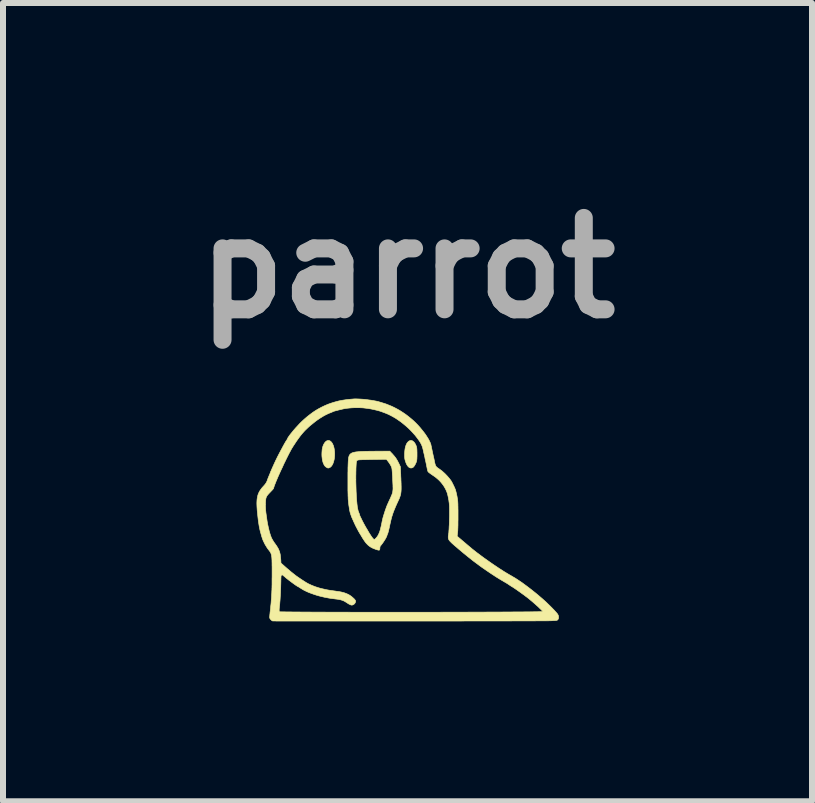
<source format=kicad_pcb>
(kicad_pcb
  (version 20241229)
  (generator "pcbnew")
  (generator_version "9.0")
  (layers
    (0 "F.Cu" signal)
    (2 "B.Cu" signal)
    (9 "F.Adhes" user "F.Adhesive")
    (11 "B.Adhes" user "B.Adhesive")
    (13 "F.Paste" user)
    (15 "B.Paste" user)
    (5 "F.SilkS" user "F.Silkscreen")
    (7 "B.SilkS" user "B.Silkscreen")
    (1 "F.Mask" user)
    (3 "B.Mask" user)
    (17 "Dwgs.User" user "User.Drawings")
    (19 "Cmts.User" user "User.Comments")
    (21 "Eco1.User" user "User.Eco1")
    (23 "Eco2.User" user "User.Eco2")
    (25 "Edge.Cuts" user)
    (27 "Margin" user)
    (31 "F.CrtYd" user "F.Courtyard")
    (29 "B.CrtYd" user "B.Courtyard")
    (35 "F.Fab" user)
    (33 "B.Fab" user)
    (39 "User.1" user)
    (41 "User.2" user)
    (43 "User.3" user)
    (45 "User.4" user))
  (footprint "parrot"
    (layer "F.Cu")
    (at 3.745 5.482)
    (property "Reference" "parrot" (at 0 -4.064 0) (layer "F.Fab") (effects (font (size 1.524 1.524) (thickness 0.3))))
    (attr through_hole)
    (fp_poly (pts (xy -1.312 -1.188) (xy -1.3 -1.184) (xy -1.29 -1.179) (xy -1.279 -1.171) (xy -1.269 -1.161) (xy -1.26 -1.149) (xy -1.251 -1.135) (xy -1.244 -1.119) (xy -1.236 -1.101) (xy -1.23 -1.081) (xy -1.225 -1.06) (xy -1.221 -1.038) (xy -1.22 -1.031) (xy -1.216 -0.997) (xy -1.215 -0.963) (xy -1.216 -0.93) (xy -1.219 -0.897) (xy -1.224 -0.866) (xy -1.232 -0.836) (xy -1.237 -0.82) (xy -1.244 -0.801) (xy -1.252 -0.785) (xy -1.261 -0.77) (xy -1.27 -0.758) (xy -1.28 -0.748) (xy -1.29 -0.74) (xy -1.291 -0.74) (xy -1.302 -0.734) (xy -1.311 -0.73) (xy -1.318 -0.729) (xy -1.325 -0.728) (xy -1.328 -0.729) (xy -1.333 -0.73) (xy -1.34 -0.733) (xy -1.347 -0.737) (xy -1.354 -0.742) (xy -1.361 -0.746) (xy -1.367 -0.75) (xy -1.368 -0.751) (xy -1.378 -0.762) (xy -1.388 -0.775) (xy -1.396 -0.791) (xy -1.404 -0.809) (xy -1.411 -0.828) (xy -1.416 -0.85) (xy -1.421 -0.873) (xy -1.424 -0.897) (xy -1.427 -0.923) (xy -1.428 -0.95) (xy -1.428 -0.961) (xy -1.427 -0.99) (xy -1.425 -1.017) (xy -1.423 -1.041) (xy -1.418 -1.064) (xy -1.413 -1.085) (xy -1.406 -1.104) (xy -1.398 -1.122) (xy -1.389 -1.138) (xy -1.378 -1.154) (xy -1.377 -1.156) (xy -1.366 -1.167) (xy -1.356 -1.176) (xy -1.345 -1.182) (xy -1.334 -1.186) (xy -1.323 -1.188) (xy -1.312 -1.188)) (stroke (width 0.01) (type solid)) (fill yes) (layer "F.SilkS"))
    (fp_poly (pts (xy 0.066 -1.187) (xy 0.077 -1.184) (xy 0.088 -1.178) (xy 0.099 -1.169) (xy 0.11 -1.159) (xy 0.12 -1.146) (xy 0.129 -1.131) (xy 0.137 -1.116) (xy 0.141 -1.107) (xy 0.144 -1.099) (xy 0.147 -1.09) (xy 0.15 -1.081) (xy 0.152 -1.072) (xy 0.154 -1.062) (xy 0.155 -1.051) (xy 0.156 -1.038) (xy 0.157 -1.024) (xy 0.157 -1.009) (xy 0.158 -0.991) (xy 0.158 -0.971) (xy 0.158 -0.963) (xy 0.158 -0.942) (xy 0.158 -0.924) (xy 0.157 -0.908) (xy 0.157 -0.894) (xy 0.156 -0.881) (xy 0.155 -0.87) (xy 0.154 -0.859) (xy 0.152 -0.85) (xy 0.15 -0.842) (xy 0.148 -0.833) (xy 0.145 -0.825) (xy 0.142 -0.817) (xy 0.138 -0.809) (xy 0.131 -0.794) (xy 0.123 -0.779) (xy 0.116 -0.767) (xy 0.108 -0.756) (xy 0.1 -0.747) (xy 0.093 -0.74) (xy 0.087 -0.736) (xy 0.075 -0.731) (xy 0.063 -0.729) (xy 0.051 -0.729) (xy 0.047 -0.73) (xy 0.036 -0.734) (xy 0.025 -0.74) (xy 0.015 -0.748) (xy 0.005 -0.759) (xy -0.005 -0.773) (xy -0.014 -0.788) (xy -0.022 -0.805) (xy -0.027 -0.818) (xy -0.031 -0.83) (xy -0.035 -0.842) (xy -0.039 -0.854) (xy -0.042 -0.866) (xy -0.045 -0.877) (xy -0.046 -0.885) (xy -0.047 -0.895) (xy -0.048 -0.906) (xy -0.049 -0.919) (xy -0.049 -0.933) (xy -0.049 -0.947) (xy -0.049 -0.961) (xy -0.049 -0.975) (xy -0.048 -0.984) (xy -0.046 -1.012) (xy -0.043 -1.038) (xy -0.039 -1.062) (xy -0.034 -1.083) (xy -0.028 -1.102) (xy -0.021 -1.12) (xy -0.014 -1.135) (xy -0.005 -1.149) (xy 0.005 -1.161) (xy 0.01 -1.166) (xy 0.021 -1.176) (xy 0.032 -1.182) (xy 0.043 -1.186) (xy 0.054 -1.188) (xy 0.066 -1.187)) (stroke (width 0.01) (type solid)) (fill yes) (layer "F.SilkS"))
    (fp_poly (pts (xy -0.286 -0.999) (xy -0.27 -0.982) (xy -0.255 -0.967) (xy -0.242 -0.952) (xy -0.231 -0.939) (xy -0.22 -0.927) (xy -0.211 -0.915) (xy -0.202 -0.904) (xy -0.194 -0.893) (xy -0.187 -0.881) (xy -0.179 -0.869) (xy -0.177 -0.865) (xy -0.173 -0.859) (xy -0.169 -0.851) (xy -0.164 -0.842) (xy -0.159 -0.833) (xy -0.154 -0.822) (xy -0.148 -0.811) (xy -0.143 -0.801) (xy -0.138 -0.79) (xy -0.133 -0.78) (xy -0.129 -0.771) (xy -0.125 -0.763) (xy -0.122 -0.757) (xy -0.12 -0.752) (xy -0.119 -0.749) (xy -0.119 -0.749) (xy -0.119 -0.746) (xy -0.119 -0.741) (xy -0.118 -0.733) (xy -0.118 -0.724) (xy -0.117 -0.712) (xy -0.117 -0.699) (xy -0.116 -0.684) (xy -0.116 -0.669) (xy -0.115 -0.652) (xy -0.114 -0.635) (xy -0.113 -0.617) (xy -0.113 -0.599) (xy -0.112 -0.581) (xy -0.111 -0.563) (xy -0.11 -0.546) (xy -0.11 -0.528) (xy -0.109 -0.512) (xy -0.108 -0.497) (xy -0.108 -0.483) (xy -0.107 -0.471) (xy -0.107 -0.46) (xy -0.107 -0.451) (xy -0.107 -0.447) (xy -0.106 -0.422) (xy -0.106 -0.398) (xy -0.106 -0.377) (xy -0.107 -0.357) (xy -0.108 -0.339) (xy -0.11 -0.322) (xy -0.112 -0.306) (xy -0.115 -0.29) (xy -0.119 -0.275) (xy -0.123 -0.26) (xy -0.129 -0.244) (xy -0.135 -0.228) (xy -0.142 -0.21) (xy -0.151 -0.192) (xy -0.152 -0.189) (xy -0.162 -0.167) (xy -0.171 -0.148) (xy -0.179 -0.13) (xy -0.186 -0.115) (xy -0.192 -0.101) (xy -0.198 -0.088) (xy -0.203 -0.076) (xy -0.207 -0.066) (xy -0.211 -0.056) (xy -0.215 -0.046) (xy -0.219 -0.037) (xy -0.223 -0.028) (xy -0.226 -0.019) (xy -0.23 -0.01) (xy -0.232 -0.005) (xy -0.24 0.017) (xy -0.247 0.037) (xy -0.253 0.057) (xy -0.26 0.077) (xy -0.266 0.097) (xy -0.271 0.118) (xy -0.277 0.141) (xy -0.282 0.164) (xy -0.288 0.19) (xy -0.293 0.212) (xy -0.298 0.237) (xy -0.303 0.261) (xy -0.308 0.281) (xy -0.312 0.3) (xy -0.316 0.316) (xy -0.32 0.33) (xy -0.323 0.342) (xy -0.326 0.353) (xy -0.329 0.362) (xy -0.332 0.369) (xy -0.334 0.373) (xy -0.337 0.38) (xy -0.34 0.388) (xy -0.342 0.395) (xy -0.343 0.398) (xy -0.346 0.407) (xy -0.351 0.419) (xy -0.357 0.431) (xy -0.365 0.446) (xy -0.373 0.46) (xy -0.384 0.477) (xy -0.394 0.493) (xy -0.404 0.508) (xy -0.414 0.522) (xy -0.423 0.535) (xy -0.432 0.546) (xy -0.439 0.556) (xy -0.443 0.56) (xy -0.448 0.566) (xy -0.452 0.571) (xy -0.455 0.576) (xy -0.458 0.581) (xy -0.459 0.587) (xy -0.46 0.594) (xy -0.461 0.603) (xy -0.461 0.609) (xy -0.462 0.618) (xy -0.463 0.626) (xy -0.464 0.631) (xy -0.466 0.635) (xy -0.468 0.638) (xy -0.47 0.64) (xy -0.47 0.64) (xy -0.474 0.641) (xy -0.479 0.641) (xy -0.485 0.641) (xy -0.493 0.639) (xy -0.497 0.638) (xy -0.511 0.634) (xy -0.528 0.629) (xy -0.545 0.622) (xy -0.562 0.616) (xy -0.578 0.609) (xy -0.592 0.602) (xy -0.593 0.602) (xy -0.609 0.593) (xy -0.624 0.584) (xy -0.639 0.573) (xy -0.653 0.562) (xy -0.667 0.549) (xy -0.68 0.535) (xy -0.694 0.52) (xy -0.707 0.503) (xy -0.721 0.483) (xy -0.735 0.462) (xy -0.75 0.439) (xy -0.76 0.422) (xy -0.766 0.412) (xy -0.772 0.402) (xy -0.779 0.39) (xy -0.786 0.379) (xy -0.793 0.368) (xy -0.795 0.364) (xy -0.813 0.334) (xy -0.83 0.302) (xy -0.848 0.268) (xy -0.867 0.232) (xy -0.885 0.193) (xy -0.904 0.152) (xy -0.908 0.142) (xy -0.918 0.12) (xy -0.927 0.1) (xy -0.935 0.081) (xy -0.941 0.063) (xy -0.947 0.046) (xy -0.952 0.03) (xy -0.957 0.014) (xy -0.961 -0.003) (xy -0.965 -0.02) (xy -0.968 -0.038) (xy -0.971 -0.057) (xy -0.974 -0.079) (xy -0.975 -0.084) (xy -0.978 -0.102) (xy -0.98 -0.119) (xy -0.982 -0.134) (xy -0.984 -0.149) (xy -0.985 -0.163) (xy -0.986 -0.176) (xy -0.988 -0.19) (xy -0.989 -0.204) (xy -0.99 -0.219) (xy -0.99 -0.235) (xy -0.991 -0.252) (xy -0.992 -0.27) (xy -0.992 -0.291) (xy -0.993 -0.313) (xy -0.993 -0.333) (xy -0.994 -0.344) (xy -0.994 -0.357) (xy -0.994 -0.373) (xy -0.994 -0.39) (xy -0.994 -0.409) (xy -0.994 -0.429) (xy -0.994 -0.45) (xy -0.994 -0.472) (xy -0.994 -0.495) (xy -0.994 -0.518) (xy -0.994 -0.541) (xy -0.994 -0.565) (xy -0.994 -0.569) (xy -0.862 -0.569) (xy -0.862 -0.537) (xy -0.862 -0.505) (xy -0.861 -0.471) (xy -0.86 -0.437) (xy -0.859 -0.404) (xy -0.858 -0.37) (xy -0.857 -0.336) (xy -0.855 -0.303) (xy -0.854 -0.271) (xy -0.852 -0.24) (xy -0.85 -0.21) (xy -0.848 -0.182) (xy -0.845 -0.155) (xy -0.843 -0.13) (xy -0.84 -0.107) (xy -0.838 -0.087) (xy -0.837 -0.079) (xy -0.833 -0.058) (xy -0.829 -0.04) (xy -0.825 -0.022) (xy -0.82 -0.005) (xy -0.813 0.012) (xy -0.807 0.027) (xy -0.805 0.032) (xy -0.803 0.039) (xy -0.8 0.046) (xy -0.798 0.053) (xy -0.797 0.058) (xy -0.797 0.059) (xy -0.796 0.061) (xy -0.796 0.062) (xy -0.795 0.064) (xy -0.795 0.066) (xy -0.794 0.069) (xy -0.792 0.072) (xy -0.79 0.077) (xy -0.787 0.083) (xy -0.783 0.092) (xy -0.779 0.099) (xy -0.768 0.122) (xy -0.758 0.143) (xy -0.748 0.163) (xy -0.738 0.182) (xy -0.728 0.201) (xy -0.717 0.221) (xy -0.706 0.241) (xy -0.694 0.262) (xy -0.681 0.284) (xy -0.679 0.287) (xy -0.663 0.314) (xy -0.649 0.339) (xy -0.635 0.362) (xy -0.622 0.382) (xy -0.611 0.399) (xy -0.6 0.415) (xy -0.591 0.428) (xy -0.582 0.439) (xy -0.575 0.447) (xy -0.569 0.454) (xy -0.564 0.458) (xy -0.561 0.459) (xy -0.557 0.461) (xy -0.553 0.461) (xy -0.549 0.459) (xy -0.546 0.458) (xy -0.542 0.456) (xy -0.537 0.451) (xy -0.531 0.445) (xy -0.524 0.438) (xy -0.517 0.43) (xy -0.511 0.422) (xy -0.51 0.421) (xy -0.502 0.41) (xy -0.494 0.398) (xy -0.487 0.385) (xy -0.48 0.371) (xy -0.474 0.356) (xy -0.467 0.34) (xy -0.461 0.322) (xy -0.455 0.303) (xy -0.45 0.281) (xy -0.444 0.258) (xy -0.438 0.232) (xy -0.432 0.204) (xy -0.426 0.174) (xy -0.426 0.173) (xy -0.424 0.162) (xy -0.421 0.152) (xy -0.419 0.141) (xy -0.417 0.132) (xy -0.416 0.124) (xy -0.414 0.119) (xy -0.414 0.119) (xy -0.41 0.102) (xy -0.405 0.084) (xy -0.399 0.064) (xy -0.392 0.042) (xy -0.385 0.02) (xy -0.378 -0.002) (xy -0.371 -0.024) (xy -0.363 -0.045) (xy -0.356 -0.066) (xy -0.349 -0.085) (xy -0.348 -0.086) (xy -0.346 -0.092) (xy -0.344 -0.098) (xy -0.342 -0.103) (xy -0.339 -0.109) (xy -0.337 -0.115) (xy -0.334 -0.122) (xy -0.33 -0.13) (xy -0.326 -0.138) (xy -0.322 -0.149) (xy -0.316 -0.161) (xy -0.31 -0.174) (xy -0.303 -0.19) (xy -0.298 -0.2) (xy -0.289 -0.219) (xy -0.281 -0.236) (xy -0.275 -0.252) (xy -0.269 -0.265) (xy -0.264 -0.278) (xy -0.259 -0.288) (xy -0.256 -0.298) (xy -0.253 -0.307) (xy -0.25 -0.316) (xy -0.248 -0.324) (xy -0.247 -0.332) (xy -0.246 -0.34) (xy -0.245 -0.348) (xy -0.244 -0.357) (xy -0.243 -0.364) (xy -0.243 -0.371) (xy -0.242 -0.377) (xy -0.242 -0.385) (xy -0.242 -0.394) (xy -0.242 -0.403) (xy -0.243 -0.414) (xy -0.243 -0.427) (xy -0.243 -0.441) (xy -0.244 -0.458) (xy -0.245 -0.476) (xy -0.246 -0.497) (xy -0.247 -0.516) (xy -0.248 -0.544) (xy -0.249 -0.569) (xy -0.25 -0.592) (xy -0.252 -0.613) (xy -0.253 -0.632) (xy -0.254 -0.649) (xy -0.255 -0.664) (xy -0.256 -0.677) (xy -0.257 -0.689) (xy -0.258 -0.699) (xy -0.259 -0.709) (xy -0.26 -0.717) (xy -0.262 -0.724) (xy -0.263 -0.731) (xy -0.265 -0.737) (xy -0.266 -0.742) (xy -0.268 -0.747) (xy -0.271 -0.752) (xy -0.273 -0.757) (xy -0.275 -0.763) (xy -0.276 -0.764) (xy -0.285 -0.78) (xy -0.296 -0.798) (xy -0.308 -0.816) (xy -0.321 -0.834) (xy -0.334 -0.851) (xy -0.338 -0.856) (xy -0.352 -0.873) (xy -0.381 -0.873) (xy -0.389 -0.873) (xy -0.399 -0.873) (xy -0.412 -0.873) (xy -0.427 -0.873) (xy -0.445 -0.872) (xy -0.465 -0.872) (xy -0.486 -0.872) (xy -0.51 -0.871) (xy -0.536 -0.871) (xy -0.563 -0.871) (xy -0.593 -0.87) (xy -0.623 -0.87) (xy -0.656 -0.869) (xy -0.669 -0.869) (xy -0.694 -0.868) (xy -0.717 -0.868) (xy -0.737 -0.868) (xy -0.755 -0.867) (xy -0.771 -0.866) (xy -0.785 -0.866) (xy -0.797 -0.865) (xy -0.807 -0.864) (xy -0.816 -0.863) (xy -0.823 -0.862) (xy -0.829 -0.86) (xy -0.834 -0.858) (xy -0.839 -0.857) (xy -0.842 -0.854) (xy -0.844 -0.852) (xy -0.846 -0.849) (xy -0.848 -0.846) (xy -0.849 -0.843) (xy -0.849 -0.842) (xy -0.851 -0.836) (xy -0.852 -0.828) (xy -0.854 -0.818) (xy -0.855 -0.806) (xy -0.856 -0.792) (xy -0.857 -0.775) (xy -0.858 -0.757) (xy -0.859 -0.736) (xy -0.86 -0.713) (xy -0.86 -0.687) (xy -0.861 -0.659) (xy -0.861 -0.628) (xy -0.862 -0.6) (xy -0.862 -0.569) (xy -0.994 -0.569) (xy -0.994 -0.588) (xy -0.994 -0.611) (xy -0.994 -0.633) (xy -0.994 -0.654) (xy -0.993 -0.674) (xy -0.993 -0.692) (xy -0.993 -0.71) (xy -0.993 -0.725) (xy -0.993 -0.738) (xy -0.992 -0.749) (xy -0.992 -0.755) (xy -0.991 -0.782) (xy -0.99 -0.807) (xy -0.989 -0.829) (xy -0.988 -0.848) (xy -0.986 -0.865) (xy -0.985 -0.879) (xy -0.984 -0.89) (xy -0.983 -0.9) (xy -0.982 -0.905) (xy -0.979 -0.915) (xy -0.976 -0.925) (xy -0.972 -0.936) (xy -0.967 -0.944) (xy -0.961 -0.954) (xy -0.954 -0.962) (xy -0.944 -0.969) (xy -0.934 -0.976) (xy -0.921 -0.982) (xy -0.906 -0.987) (xy -0.889 -0.991) (xy -0.871 -0.995) (xy -0.849 -0.998) (xy -0.825 -1) (xy -0.825 -1.001) (xy -0.815 -1.001) (xy -0.804 -1.002) (xy -0.794 -1.003) (xy -0.783 -1.004) (xy -0.771 -1.004) (xy -0.759 -1.005) (xy -0.746 -1.005) (xy -0.732 -1.006) (xy -0.716 -1.006) (xy -0.7 -1.007) (xy -0.682 -1.007) (xy -0.662 -1.007) (xy -0.641 -1.008) (xy -0.618 -1.008) (xy -0.593 -1.008) (xy -0.566 -1.008) (xy -0.536 -1.009) (xy -0.504 -1.009) (xy -0.481 -1.009) (xy -0.296 -1.01) (xy -0.286 -0.999)) (stroke (width 0.01) (type solid)) (fill yes) (layer "F.SilkS"))
    (fp_poly (pts (xy -0.829 -1.88) (xy -0.801 -1.879) (xy -0.771 -1.877) (xy -0.74 -1.875) (xy -0.707 -1.872) (xy -0.674 -1.868) (xy -0.64 -1.863) (xy -0.605 -1.859) (xy -0.598 -1.857) (xy -0.57 -1.853) (xy -0.545 -1.848) (xy -0.522 -1.844) (xy -0.5 -1.839) (xy -0.48 -1.834) (xy -0.462 -1.828) (xy -0.462 -1.828) (xy -0.454 -1.826) (xy -0.444 -1.823) (xy -0.434 -1.82) (xy -0.424 -1.817) (xy -0.419 -1.815) (xy -0.405 -1.811) (xy -0.393 -1.807) (xy -0.38 -1.804) (xy -0.368 -1.799) (xy -0.355 -1.795) (xy -0.341 -1.789) (xy -0.326 -1.783) (xy -0.313 -1.778) (xy -0.299 -1.772) (xy -0.287 -1.767) (xy -0.276 -1.763) (xy -0.267 -1.759) (xy -0.258 -1.755) (xy -0.25 -1.751) (xy -0.241 -1.747) (xy -0.233 -1.743) (xy -0.223 -1.738) (xy -0.212 -1.733) (xy -0.211 -1.732) (xy -0.165 -1.708) (xy -0.119 -1.681) (xy -0.074 -1.652) (xy -0.03 -1.622) (xy 0.013 -1.589) (xy 0.055 -1.555) (xy 0.096 -1.52) (xy 0.134 -1.484) (xy 0.17 -1.447) (xy 0.189 -1.426) (xy 0.217 -1.394) (xy 0.242 -1.363) (xy 0.266 -1.333) (xy 0.289 -1.303) (xy 0.309 -1.274) (xy 0.327 -1.246) (xy 0.344 -1.219) (xy 0.358 -1.194) (xy 0.37 -1.169) (xy 0.379 -1.15) (xy 0.381 -1.144) (xy 0.383 -1.138) (xy 0.385 -1.133) (xy 0.387 -1.127) (xy 0.389 -1.121) (xy 0.391 -1.114) (xy 0.392 -1.107) (xy 0.394 -1.097) (xy 0.397 -1.087) (xy 0.399 -1.074) (xy 0.402 -1.059) (xy 0.405 -1.046) (xy 0.408 -1.032) (xy 0.411 -1.017) (xy 0.414 -1.003) (xy 0.417 -0.989) (xy 0.42 -0.975) (xy 0.422 -0.963) (xy 0.425 -0.953) (xy 0.425 -0.95) (xy 0.429 -0.933) (xy 0.433 -0.915) (xy 0.437 -0.898) (xy 0.441 -0.881) (xy 0.444 -0.866) (xy 0.447 -0.852) (xy 0.449 -0.84) (xy 0.451 -0.83) (xy 0.452 -0.825) (xy 0.456 -0.809) (xy 0.459 -0.795) (xy 0.463 -0.783) (xy 0.467 -0.773) (xy 0.471 -0.764) (xy 0.476 -0.756) (xy 0.482 -0.749) (xy 0.488 -0.742) (xy 0.49 -0.741) (xy 0.494 -0.738) (xy 0.499 -0.734) (xy 0.506 -0.728) (xy 0.514 -0.723) (xy 0.522 -0.717) (xy 0.529 -0.713) (xy 0.538 -0.706) (xy 0.547 -0.7) (xy 0.556 -0.693) (xy 0.565 -0.687) (xy 0.572 -0.681) (xy 0.575 -0.679) (xy 0.593 -0.663) (xy 0.612 -0.646) (xy 0.631 -0.628) (xy 0.649 -0.609) (xy 0.667 -0.59) (xy 0.683 -0.571) (xy 0.699 -0.552) (xy 0.713 -0.534) (xy 0.725 -0.517) (xy 0.727 -0.515) (xy 0.732 -0.506) (xy 0.738 -0.495) (xy 0.745 -0.483) (xy 0.752 -0.469) (xy 0.759 -0.455) (xy 0.766 -0.44) (xy 0.774 -0.425) (xy 0.78 -0.41) (xy 0.787 -0.396) (xy 0.792 -0.383) (xy 0.797 -0.371) (xy 0.801 -0.361) (xy 0.802 -0.356) (xy 0.805 -0.343) (xy 0.809 -0.329) (xy 0.813 -0.312) (xy 0.817 -0.295) (xy 0.821 -0.276) (xy 0.825 -0.258) (xy 0.828 -0.239) (xy 0.831 -0.222) (xy 0.834 -0.205) (xy 0.834 -0.202) (xy 0.835 -0.191) (xy 0.837 -0.177) (xy 0.838 -0.162) (xy 0.839 -0.145) (xy 0.84 -0.126) (xy 0.84 -0.104) (xy 0.841 -0.081) (xy 0.841 -0.055) (xy 0.842 -0.026) (xy 0.842 0.004) (xy 0.842 0.037) (xy 0.842 0.073) (xy 0.842 0.111) (xy 0.842 0.112) (xy 0.842 0.139) (xy 0.841 0.165) (xy 0.841 0.188) (xy 0.841 0.208) (xy 0.841 0.227) (xy 0.84 0.245) (xy 0.84 0.261) (xy 0.839 0.275) (xy 0.839 0.288) (xy 0.838 0.301) (xy 0.838 0.313) (xy 0.837 0.324) (xy 0.836 0.335) (xy 0.835 0.345) (xy 0.834 0.356) (xy 0.832 0.367) (xy 0.832 0.375) (xy 0.83 0.385) (xy 0.829 0.393) (xy 0.829 0.399) (xy 0.828 0.403) (xy 0.828 0.406) (xy 0.829 0.408) (xy 0.829 0.41) (xy 0.83 0.41) (xy 0.83 0.411) (xy 0.831 0.412) (xy 0.835 0.415) (xy 0.84 0.419) (xy 0.846 0.424) (xy 0.853 0.431) (xy 0.862 0.438) (xy 0.871 0.446) (xy 0.881 0.454) (xy 0.893 0.464) (xy 0.906 0.476) (xy 0.921 0.488) (xy 0.935 0.5) (xy 0.949 0.512) (xy 0.962 0.523) (xy 0.974 0.533) (xy 0.975 0.534) (xy 0.996 0.552) (xy 1.015 0.568) (xy 1.033 0.583) (xy 1.049 0.596) (xy 1.064 0.609) (xy 1.078 0.621) (xy 1.092 0.632) (xy 1.106 0.643) (xy 1.12 0.654) (xy 1.134 0.665) (xy 1.148 0.676) (xy 1.154 0.681) (xy 1.196 0.712) (xy 1.237 0.743) (xy 1.279 0.774) (xy 1.322 0.804) (xy 1.364 0.834) (xy 1.407 0.864) (xy 1.448 0.892) (xy 1.49 0.92) (xy 1.53 0.947) (xy 1.57 0.972) (xy 1.608 0.997) (xy 1.646 1.02) (xy 1.681 1.041) (xy 1.715 1.061) (xy 1.718 1.062) (xy 1.755 1.084) (xy 1.793 1.106) (xy 1.83 1.13) (xy 1.869 1.156) (xy 1.908 1.182) (xy 1.947 1.211) (xy 1.988 1.241) (xy 2.03 1.273) (xy 2.074 1.307) (xy 2.094 1.323) (xy 2.134 1.355) (xy 2.173 1.387) (xy 2.209 1.418) (xy 2.244 1.448) (xy 2.278 1.478) (xy 2.311 1.508) (xy 2.343 1.539) (xy 2.375 1.57) (xy 2.386 1.581) (xy 2.407 1.602) (xy 2.426 1.622) (xy 2.444 1.64) (xy 2.459 1.657) (xy 2.473 1.672) (xy 2.484 1.685) (xy 2.494 1.696) (xy 2.501 1.706) (xy 2.507 1.715) (xy 2.508 1.718) (xy 2.514 1.729) (xy 2.517 1.742) (xy 2.519 1.756) (xy 2.518 1.77) (xy 2.517 1.777) (xy 2.514 1.786) (xy 2.51 1.795) (xy 2.504 1.802) (xy 2.497 1.808) (xy 2.49 1.811) (xy 2.486 1.812) (xy 2.48 1.813) (xy 2.473 1.814) (xy 2.465 1.814) (xy 2.455 1.815) (xy 2.443 1.816) (xy 2.429 1.816) (xy 2.414 1.817) (xy 2.396 1.818) (xy 2.376 1.818) (xy 2.354 1.819) (xy 2.329 1.819) (xy 2.305 1.82) (xy 2.298 1.82) (xy 2.287 1.82) (xy 2.274 1.82) (xy 2.259 1.82) (xy 2.24 1.82) (xy 2.22 1.82) (xy 2.197 1.82) (xy 2.172 1.82) (xy 2.144 1.82) (xy 2.114 1.821) (xy 2.082 1.821) (xy 2.048 1.821) (xy 2.011 1.821) (xy 1.973 1.821) (xy 1.932 1.821) (xy 1.889 1.821) (xy 1.845 1.821) (xy 1.798 1.821) (xy 1.75 1.821) (xy 1.699 1.822) (xy 1.647 1.822) (xy 1.593 1.822) (xy 1.538 1.822) (xy 1.48 1.822) (xy 1.422 1.822) (xy 1.361 1.822) (xy 1.299 1.822) (xy 1.236 1.822) (xy 1.171 1.822) (xy 1.104 1.822) (xy 1.036 1.822) (xy 0.967 1.822) (xy 0.897 1.823) (xy 0.826 1.823) (xy 0.753 1.823) (xy 0.679 1.823) (xy 0.604 1.823) (xy 0.528 1.823) (xy 0.451 1.823) (xy 0.373 1.823) (xy 0.294 1.823) (xy 0.214 1.823) (xy 0.133 1.823) (xy 0.052 1.823) (xy -0.031 1.823) (xy -0.114 1.823) (xy -0.197 1.823) (xy -0.282 1.823) (xy -0.367 1.823) (xy -0.452 1.823) (xy -0.538 1.823) (xy -0.624 1.823) (xy -0.711 1.823) (xy -0.798 1.823) (xy -0.878 1.823) (xy -0.951 1.823) (xy -1.022 1.823) (xy -1.09 1.823) (xy -1.156 1.823) (xy -1.22 1.823) (xy -1.28 1.823) (xy -1.339 1.823) (xy -1.395 1.823) (xy -1.449 1.823) (xy -1.5 1.823) (xy -1.55 1.823) (xy -1.597 1.823) (xy -1.642 1.823) (xy -1.685 1.823) (xy -1.726 1.823) (xy -1.765 1.823) (xy -1.802 1.823) (xy -1.837 1.823) (xy -1.871 1.823) (xy -1.902 1.823) (xy -1.932 1.823) (xy -1.96 1.823) (xy -1.987 1.823) (xy -2.012 1.823) (xy -2.035 1.823) (xy -2.057 1.823) (xy -2.078 1.823) (xy -2.096 1.823) (xy -2.114 1.823) (xy -2.13 1.823) (xy -2.145 1.823) (xy -2.159 1.823) (xy -2.172 1.823) (xy -2.183 1.823) (xy -2.194 1.823) (xy -2.203 1.822) (xy -2.211 1.822) (xy -2.219 1.822) (xy -2.225 1.822) (xy -2.231 1.822) (xy -2.236 1.822) (xy -2.24 1.822) (xy -2.243 1.822) (xy -2.246 1.822) (xy -2.248 1.822) (xy -2.249 1.822) (xy -2.25 1.822) (xy -2.25 1.821) (xy -2.25 1.821) (xy -2.254 1.82) (xy -2.256 1.819) (xy -2.258 1.819) (xy -2.262 1.816) (xy -2.266 1.812) (xy -2.272 1.806) (xy -2.275 1.804) (xy -2.283 1.796) (xy -2.289 1.789) (xy -2.293 1.783) (xy -2.296 1.777) (xy -2.298 1.772) (xy -2.299 1.766) (xy -2.299 1.759) (xy -2.299 1.759) (xy -2.299 1.755) (xy -2.299 1.748) (xy -2.298 1.74) (xy -2.297 1.73) (xy -2.296 1.719) (xy -2.295 1.707) (xy -2.293 1.694) (xy -2.293 1.687) (xy -2.288 1.647) (xy -2.284 1.61) (xy -2.281 1.575) (xy -2.277 1.541) (xy -2.274 1.509) (xy -2.272 1.478) (xy -2.269 1.448) (xy -2.267 1.418) (xy -2.266 1.388) (xy -2.264 1.359) (xy -2.263 1.329) (xy -2.261 1.298) (xy -2.261 1.275) (xy -2.26 1.265) (xy -2.26 1.252) (xy -2.26 1.237) (xy -2.259 1.22) (xy -2.259 1.202) (xy -2.259 1.182) (xy -2.259 1.16) (xy -2.259 1.138) (xy -2.259 1.115) (xy -2.258 1.091) (xy -2.258 1.067) (xy -2.258 1.044) (xy -2.258 1.02) (xy -2.258 0.997) (xy -2.258 0.974) (xy -2.258 0.953) (xy -2.258 0.932) (xy -2.258 0.914) (xy -2.259 0.896) (xy -2.259 0.881) (xy -2.259 0.868) (xy -2.259 0.858) (xy -2.26 0.834) (xy -2.26 0.813) (xy -2.261 0.795) (xy -2.262 0.778) (xy -2.263 0.763) (xy -2.265 0.75) (xy -2.266 0.738) (xy -2.268 0.728) (xy -2.27 0.718) (xy -2.273 0.71) (xy -2.275 0.701) (xy -2.278 0.694) (xy -2.281 0.688) (xy -2.283 0.683) (xy -2.286 0.678) (xy -2.289 0.673) (xy -2.293 0.667) (xy -2.297 0.66) (xy -2.303 0.653) (xy -2.31 0.644) (xy -2.318 0.633) (xy -2.321 0.63) (xy -2.335 0.611) (xy -2.348 0.591) (xy -2.362 0.568) (xy -2.376 0.545) (xy -2.388 0.521) (xy -2.4 0.496) (xy -2.411 0.472) (xy -2.419 0.45) (xy -2.421 0.445) (xy -2.424 0.437) (xy -2.426 0.428) (xy -2.43 0.418) (xy -2.433 0.406) (xy -2.437 0.393) (xy -2.44 0.381) (xy -2.444 0.368) (xy -2.447 0.356) (xy -2.451 0.344) (xy -2.453 0.334) (xy -2.456 0.325) (xy -2.456 0.323) (xy -2.462 0.299) (xy -2.467 0.273) (xy -2.473 0.245) (xy -2.478 0.214) (xy -2.483 0.182) (xy -2.488 0.149) (xy -2.492 0.114) (xy -2.496 0.078) (xy -2.5 0.041) (xy -2.504 0.003) (xy -2.506 -0.018) (xy -2.508 -0.049) (xy -2.51 -0.078) (xy -2.511 -0.099) (xy -2.369 -0.099) (xy -2.368 -0.076) (xy -2.367 -0.053) (xy -2.366 -0.03) (xy -2.365 -0.015) (xy -2.364 -0.009) (xy -2.363 -0.002) (xy -2.362 0.008) (xy -2.361 0.019) (xy -2.359 0.032) (xy -2.357 0.046) (xy -2.355 0.061) (xy -2.353 0.077) (xy -2.35 0.092) (xy -2.348 0.108) (xy -2.346 0.124) (xy -2.344 0.138) (xy -2.342 0.152) (xy -2.34 0.165) (xy -2.338 0.176) (xy -2.336 0.185) (xy -2.335 0.192) (xy -2.335 0.195) (xy -2.33 0.218) (xy -2.325 0.242) (xy -2.32 0.265) (xy -2.314 0.289) (xy -2.309 0.311) (xy -2.303 0.334) (xy -2.297 0.355) (xy -2.291 0.374) (xy -2.285 0.393) (xy -2.279 0.409) (xy -2.274 0.423) (xy -2.27 0.434) (xy -2.263 0.447) (xy -2.255 0.462) (xy -2.246 0.478) (xy -2.235 0.495) (xy -2.223 0.514) (xy -2.208 0.534) (xy -2.202 0.543) (xy -2.19 0.56) (xy -2.18 0.574) (xy -2.172 0.588) (xy -2.164 0.601) (xy -2.157 0.613) (xy -2.151 0.624) (xy -2.146 0.636) (xy -2.142 0.646) (xy -2.137 0.66) (xy -2.132 0.673) (xy -2.129 0.687) (xy -2.125 0.701) (xy -2.122 0.716) (xy -2.12 0.733) (xy -2.118 0.75) (xy -2.116 0.77) (xy -2.114 0.791) (xy -2.112 0.815) (xy -2.112 0.823) (xy -2.11 0.856) (xy -2.08 0.883) (xy -2.043 0.916) (xy -2.009 0.946) (xy -1.975 0.974) (xy -1.944 1.001) (xy -1.914 1.025) (xy -1.885 1.048) (xy -1.858 1.069) (xy -1.831 1.088) (xy -1.806 1.105) (xy -1.784 1.12) (xy -1.777 1.125) (xy -1.768 1.13) (xy -1.759 1.137) (xy -1.749 1.143) (xy -1.739 1.149) (xy -1.736 1.152) (xy -1.715 1.165) (xy -1.695 1.178) (xy -1.676 1.189) (xy -1.658 1.199) (xy -1.64 1.208) (xy -1.622 1.216) (xy -1.603 1.225) (xy -1.583 1.233) (xy -1.573 1.237) (xy -1.543 1.249) (xy -1.512 1.259) (xy -1.481 1.269) (xy -1.449 1.278) (xy -1.415 1.286) (xy -1.38 1.294) (xy -1.343 1.302) (xy -1.304 1.309) (xy -1.263 1.315) (xy -1.22 1.321) (xy -1.204 1.323) (xy -1.181 1.327) (xy -1.16 1.329) (xy -1.142 1.332) (xy -1.125 1.335) (xy -1.11 1.338) (xy -1.095 1.341) (xy -1.082 1.345) (xy -1.068 1.348) (xy -1.055 1.352) (xy -1.046 1.355) (xy -1.017 1.366) (xy -0.99 1.378) (xy -0.965 1.392) (xy -0.94 1.409) (xy -0.917 1.428) (xy -0.894 1.449) (xy -0.888 1.455) (xy -0.88 1.464) (xy -0.874 1.472) (xy -0.869 1.479) (xy -0.867 1.485) (xy -0.866 1.492) (xy -0.866 1.499) (xy -0.868 1.507) (xy -0.87 1.512) (xy -0.876 1.524) (xy -0.883 1.534) (xy -0.892 1.542) (xy -0.902 1.549) (xy -0.913 1.554) (xy -0.924 1.557) (xy -0.931 1.557) (xy -0.938 1.557) (xy -0.946 1.554) (xy -0.957 1.55) (xy -0.968 1.544) (xy -0.981 1.538) (xy -0.994 1.53) (xy -1.004 1.523) (xy -1.021 1.512) (xy -1.036 1.503) (xy -1.049 1.495) (xy -1.062 1.488) (xy -1.075 1.483) (xy -1.087 1.478) (xy -1.1 1.474) (xy -1.113 1.47) (xy -1.124 1.467) (xy -1.132 1.466) (xy -1.139 1.464) (xy -1.146 1.463) (xy -1.154 1.461) (xy -1.163 1.46) (xy -1.173 1.459) (xy -1.185 1.457) (xy -1.199 1.456) (xy -1.203 1.455) (xy -1.228 1.452) (xy -1.251 1.449) (xy -1.273 1.446) (xy -1.294 1.443) (xy -1.313 1.44) (xy -1.333 1.436) (xy -1.381 1.427) (xy -1.428 1.416) (xy -1.473 1.405) (xy -1.518 1.392) (xy -1.561 1.378) (xy -1.603 1.363) (xy -1.643 1.348) (xy -1.68 1.332) (xy -1.715 1.315) (xy -1.719 1.313) (xy -1.732 1.306) (xy -1.743 1.3) (xy -1.753 1.294) (xy -1.763 1.288) (xy -1.774 1.281) (xy -1.785 1.274) (xy -1.792 1.27) (xy -1.8 1.265) (xy -1.807 1.26) (xy -1.813 1.256) (xy -1.819 1.253) (xy -1.823 1.251) (xy -1.823 1.25) (xy -1.828 1.248) (xy -1.835 1.245) (xy -1.842 1.24) (xy -1.851 1.234) (xy -1.862 1.227) (xy -1.874 1.219) (xy -1.885 1.211) (xy -1.904 1.197) (xy -1.924 1.183) (xy -1.943 1.168) (xy -1.962 1.154) (xy -1.981 1.14) (xy -1.998 1.126) (xy -2.015 1.113) (xy -2.03 1.101) (xy -2.043 1.089) (xy -2.055 1.079) (xy -2.059 1.076) (xy -2.065 1.071) (xy -2.071 1.066) (xy -2.076 1.062) (xy -2.08 1.058) (xy -2.082 1.057) (xy -2.088 1.054) (xy -2.094 1.054) (xy -2.098 1.055) (xy -2.102 1.058) (xy -2.105 1.064) (xy -2.108 1.073) (xy -2.11 1.083) (xy -2.11 1.086) (xy -2.11 1.091) (xy -2.11 1.099) (xy -2.111 1.108) (xy -2.111 1.119) (xy -2.111 1.131) (xy -2.112 1.144) (xy -2.112 1.158) (xy -2.112 1.162) (xy -2.113 1.199) (xy -2.114 1.236) (xy -2.115 1.273) (xy -2.117 1.31) (xy -2.118 1.346) (xy -2.12 1.382) (xy -2.122 1.417) (xy -2.124 1.45) (xy -2.126 1.482) (xy -2.129 1.513) (xy -2.131 1.541) (xy -2.134 1.568) (xy -2.137 1.592) (xy -2.138 1.607) (xy -2.139 1.614) (xy -2.14 1.623) (xy -2.14 1.632) (xy -2.14 1.641) (xy -2.14 1.649) (xy -2.14 1.656) (xy -2.139 1.661) (xy -2.139 1.662) (xy -2.137 1.666) (xy -2.134 1.668) (xy -2.132 1.668) (xy -2.126 1.668) (xy -2.118 1.669) (xy -2.108 1.669) (xy -2.095 1.669) (xy -2.08 1.67) (xy -2.062 1.67) (xy -2.042 1.67) (xy -2.02 1.671) (xy -1.995 1.671) (xy -1.968 1.671) (xy -1.939 1.671) (xy -1.909 1.672) (xy -1.876 1.672) (xy -1.841 1.672) (xy -1.804 1.672) (xy -1.765 1.673) (xy -1.725 1.673) (xy -1.682 1.673) (xy -1.638 1.673) (xy -1.593 1.674) (xy -1.545 1.674) (xy -1.496 1.674) (xy -1.446 1.674) (xy -1.394 1.674) (xy -1.341 1.675) (xy -1.286 1.675) (xy -1.23 1.675) (xy -1.173 1.675) (xy -1.115 1.675) (xy -1.055 1.675) (xy -0.994 1.675) (xy -0.933 1.676) (xy -0.87 1.676) (xy -0.806 1.676) (xy -0.741 1.676) (xy -0.676 1.676) (xy -0.609 1.676) (xy -0.542 1.676) (xy -0.474 1.676) (xy -0.406 1.676) (xy -0.337 1.676) (xy -0.267 1.676) (xy -0.197 1.676) (xy -0.126 1.676) (xy -0.055 1.676) (xy 0.017 1.676) (xy 0.089 1.676) (xy 0.161 1.676) (xy 0.233 1.676) (xy 0.305 1.676) (xy 0.378 1.676) (xy 0.45 1.676) (xy 0.523 1.676) (xy 0.596 1.675) (xy 0.668 1.675) (xy 0.741 1.675) (xy 0.792 1.675) (xy 0.879 1.675) (xy 0.964 1.675) (xy 1.045 1.674) (xy 1.124 1.674) (xy 1.201 1.674) (xy 1.274 1.674) (xy 1.345 1.673) (xy 1.414 1.673) (xy 1.479 1.673) (xy 1.542 1.673) (xy 1.603 1.672) (xy 1.66 1.672) (xy 1.715 1.672) (xy 1.768 1.671) (xy 1.817 1.671) (xy 1.864 1.671) (xy 1.908 1.671) (xy 1.95 1.67) (xy 1.989 1.67) (xy 2.025 1.67) (xy 2.059 1.669) (xy 2.09 1.669) (xy 2.118 1.668) (xy 2.143 1.668) (xy 2.166 1.668) (xy 2.187 1.667) (xy 2.204 1.667) (xy 2.219 1.666) (xy 2.231 1.666) (xy 2.241 1.666) (xy 2.247 1.665) (xy 2.252 1.665) (xy 2.253 1.664) (xy 2.253 1.663) (xy 2.252 1.66) (xy 2.249 1.656) (xy 2.245 1.651) (xy 2.238 1.644) (xy 2.23 1.636) (xy 2.22 1.626) (xy 2.216 1.622) (xy 2.197 1.604) (xy 2.177 1.584) (xy 2.154 1.564) (xy 2.131 1.543) (xy 2.108 1.523) (xy 2.084 1.502) (xy 2.06 1.482) (xy 2.037 1.463) (xy 2.016 1.445) (xy 2.001 1.434) (xy 1.987 1.423) (xy 1.973 1.413) (xy 1.958 1.401) (xy 1.942 1.389) (xy 1.925 1.377) (xy 1.908 1.365) (xy 1.891 1.352) (xy 1.874 1.34) (xy 1.857 1.328) (xy 1.841 1.317) (xy 1.825 1.305) (xy 1.81 1.295) (xy 1.795 1.285) (xy 1.782 1.276) (xy 1.77 1.268) (xy 1.76 1.261) (xy 1.751 1.256) (xy 1.745 1.252) (xy 1.742 1.25) (xy 1.738 1.248) (xy 1.733 1.246) (xy 1.729 1.243) (xy 1.724 1.239) (xy 1.717 1.235) (xy 1.71 1.23) (xy 1.701 1.224) (xy 1.69 1.217) (xy 1.682 1.211) (xy 1.674 1.206) (xy 1.665 1.2) (xy 1.657 1.195) (xy 1.65 1.191) (xy 1.645 1.188) (xy 1.644 1.187) (xy 1.639 1.184) (xy 1.632 1.18) (xy 1.623 1.175) (xy 1.612 1.169) (xy 1.599 1.161) (xy 1.584 1.152) (xy 1.567 1.142) (xy 1.548 1.131) (xy 1.527 1.118) (xy 1.509 1.107) (xy 1.494 1.098) (xy 1.477 1.087) (xy 1.458 1.075) (xy 1.439 1.062) (xy 1.418 1.049) (xy 1.396 1.034) (xy 1.373 1.019) (xy 1.35 1.003) (xy 1.326 0.987) (xy 1.303 0.971) (xy 1.28 0.955) (xy 1.258 0.94) (xy 1.236 0.925) (xy 1.216 0.91) (xy 1.196 0.896) (xy 1.19 0.891) (xy 1.158 0.867) (xy 1.124 0.842) (xy 1.088 0.815) (xy 1.052 0.786) (xy 1.014 0.756) (xy 0.975 0.724) (xy 0.935 0.692) (xy 0.895 0.658) (xy 0.854 0.624) (xy 0.816 0.591) (xy 0.797 0.575) (xy 0.779 0.56) (xy 0.764 0.546) (xy 0.75 0.534) (xy 0.738 0.523) (xy 0.728 0.513) (xy 0.719 0.504) (xy 0.711 0.496) (xy 0.704 0.488) (xy 0.699 0.482) (xy 0.694 0.475) (xy 0.69 0.469) (xy 0.687 0.463) (xy 0.684 0.457) (xy 0.682 0.451) (xy 0.682 0.45) (xy 0.68 0.44) (xy 0.679 0.43) (xy 0.679 0.417) (xy 0.68 0.402) (xy 0.683 0.385) (xy 0.683 0.384) (xy 0.684 0.373) (xy 0.686 0.362) (xy 0.688 0.35) (xy 0.689 0.339) (xy 0.689 0.334) (xy 0.69 0.315) (xy 0.692 0.294) (xy 0.693 0.271) (xy 0.694 0.246) (xy 0.696 0.22) (xy 0.697 0.192) (xy 0.698 0.164) (xy 0.698 0.135) (xy 0.699 0.106) (xy 0.7 0.078) (xy 0.7 0.049) (xy 0.7 0.022) (xy 0.7 -0.004) (xy 0.7 -0.006) (xy 0.7 -0.031) (xy 0.7 -0.054) (xy 0.699 -0.075) (xy 0.699 -0.095) (xy 0.697 -0.114) (xy 0.696 -0.132) (xy 0.694 -0.15) (xy 0.691 -0.168) (xy 0.689 -0.188) (xy 0.685 -0.208) (xy 0.682 -0.224) (xy 0.678 -0.245) (xy 0.674 -0.264) (xy 0.67 -0.281) (xy 0.666 -0.296) (xy 0.662 -0.31) (xy 0.657 -0.324) (xy 0.654 -0.332) (xy 0.639 -0.367) (xy 0.621 -0.401) (xy 0.601 -0.434) (xy 0.578 -0.465) (xy 0.554 -0.494) (xy 0.528 -0.522) (xy 0.504 -0.544) (xy 0.493 -0.553) (xy 0.483 -0.562) (xy 0.473 -0.57) (xy 0.463 -0.578) (xy 0.451 -0.586) (xy 0.439 -0.595) (xy 0.425 -0.604) (xy 0.421 -0.607) (xy 0.404 -0.619) (xy 0.389 -0.629) (xy 0.376 -0.638) (xy 0.366 -0.646) (xy 0.357 -0.653) (xy 0.35 -0.659) (xy 0.345 -0.664) (xy 0.342 -0.668) (xy 0.341 -0.67) (xy 0.339 -0.673) (xy 0.338 -0.677) (xy 0.336 -0.683) (xy 0.334 -0.691) (xy 0.332 -0.701) (xy 0.329 -0.713) (xy 0.326 -0.726) (xy 0.323 -0.742) (xy 0.319 -0.761) (xy 0.315 -0.782) (xy 0.315 -0.782) (xy 0.313 -0.793) (xy 0.31 -0.806) (xy 0.307 -0.82) (xy 0.304 -0.835) (xy 0.3 -0.852) (xy 0.296 -0.869) (xy 0.292 -0.887) (xy 0.289 -0.905) (xy 0.285 -0.923) (xy 0.281 -0.941) (xy 0.277 -0.958) (xy 0.273 -0.975) (xy 0.269 -0.991) (xy 0.266 -1.006) (xy 0.263 -1.02) (xy 0.26 -1.032) (xy 0.258 -1.042) (xy 0.256 -1.051) (xy 0.254 -1.057) (xy 0.253 -1.06) (xy 0.249 -1.075) (xy 0.244 -1.09) (xy 0.238 -1.105) (xy 0.232 -1.119) (xy 0.225 -1.133) (xy 0.217 -1.147) (xy 0.208 -1.162) (xy 0.198 -1.178) (xy 0.186 -1.195) (xy 0.173 -1.213) (xy 0.158 -1.233) (xy 0.127 -1.273) (xy 0.092 -1.312) (xy 0.056 -1.351) (xy 0.018 -1.389) (xy -0.022 -1.425) (xy -0.064 -1.46) (xy -0.106 -1.494) (xy -0.15 -1.525) (xy -0.194 -1.555) (xy -0.233 -1.578) (xy -0.275 -1.601) (xy -0.319 -1.623) (xy -0.364 -1.642) (xy -0.412 -1.66) (xy -0.46 -1.677) (xy -0.511 -1.691) (xy -0.562 -1.703) (xy -0.614 -1.714) (xy -0.667 -1.722) (xy -0.682 -1.724) (xy -0.707 -1.727) (xy -0.731 -1.73) (xy -0.754 -1.732) (xy -0.777 -1.733) (xy -0.802 -1.734) (xy -0.828 -1.734) (xy -0.848 -1.734) (xy -0.889 -1.734) (xy -0.928 -1.732) (xy -0.966 -1.729) (xy -1.003 -1.725) (xy -1.04 -1.72) (xy -1.076 -1.713) (xy -1.113 -1.704) (xy -1.13 -1.7) (xy -1.148 -1.696) (xy -1.164 -1.691) (xy -1.178 -1.688) (xy -1.19 -1.685) (xy -1.201 -1.682) (xy -1.209 -1.68) (xy -1.216 -1.678) (xy -1.222 -1.676) (xy -1.227 -1.675) (xy -1.231 -1.673) (xy -1.234 -1.672) (xy -1.237 -1.671) (xy -1.239 -1.67) (xy -1.242 -1.669) (xy -1.244 -1.668) (xy -1.247 -1.666) (xy -1.248 -1.666) (xy -1.252 -1.664) (xy -1.258 -1.661) (xy -1.266 -1.658) (xy -1.275 -1.654) (xy -1.284 -1.65) (xy -1.291 -1.648) (xy -1.316 -1.638) (xy -1.339 -1.627) (xy -1.362 -1.616) (xy -1.385 -1.604) (xy -1.408 -1.591) (xy -1.432 -1.576) (xy -1.458 -1.56) (xy -1.469 -1.553) (xy -1.501 -1.531) (xy -1.533 -1.508) (xy -1.564 -1.483) (xy -1.595 -1.458) (xy -1.626 -1.433) (xy -1.655 -1.407) (xy -1.682 -1.381) (xy -1.709 -1.355) (xy -1.733 -1.329) (xy -1.755 -1.304) (xy -1.769 -1.287) (xy -1.785 -1.267) (xy -1.801 -1.246) (xy -1.818 -1.223) (xy -1.835 -1.199) (xy -1.852 -1.175) (xy -1.868 -1.151) (xy -1.884 -1.126) (xy -1.9 -1.103) (xy -1.914 -1.08) (xy -1.927 -1.059) (xy -1.934 -1.047) (xy -1.944 -1.03) (xy -1.954 -1.01) (xy -1.966 -0.989) (xy -1.978 -0.965) (xy -1.991 -0.94) (xy -2.004 -0.914) (xy -2.018 -0.886) (xy -2.032 -0.857) (xy -2.046 -0.828) (xy -2.061 -0.798) (xy -2.075 -0.767) (xy -2.089 -0.736) (xy -2.104 -0.705) (xy -2.118 -0.675) (xy -2.132 -0.644) (xy -2.145 -0.615) (xy -2.158 -0.586) (xy -2.17 -0.558) (xy -2.181 -0.531) (xy -2.192 -0.506) (xy -2.201 -0.482) (xy -2.204 -0.475) (xy -2.21 -0.46) (xy -2.215 -0.447) (xy -2.22 -0.435) (xy -2.223 -0.425) (xy -2.226 -0.416) (xy -2.229 -0.407) (xy -2.231 -0.399) (xy -2.233 -0.391) (xy -2.233 -0.39) (xy -2.234 -0.387) (xy -2.237 -0.383) (xy -2.241 -0.378) (xy -2.247 -0.371) (xy -2.254 -0.363) (xy -2.263 -0.353) (xy -2.274 -0.342) (xy -2.283 -0.332) (xy -2.297 -0.318) (xy -2.309 -0.305) (xy -2.32 -0.293) (xy -2.329 -0.283) (xy -2.336 -0.274) (xy -2.343 -0.265) (xy -2.348 -0.256) (xy -2.352 -0.248) (xy -2.356 -0.24) (xy -2.358 -0.232) (xy -2.361 -0.223) (xy -2.363 -0.213) (xy -2.364 -0.202) (xy -2.364 -0.202) (xy -2.366 -0.185) (xy -2.367 -0.166) (xy -2.368 -0.145) (xy -2.369 -0.122) (xy -2.369 -0.099) (xy -2.511 -0.099) (xy -2.511 -0.104) (xy -2.512 -0.129) (xy -2.512 -0.151) (xy -2.511 -0.173) (xy -2.51 -0.193) (xy -2.508 -0.212) (xy -2.505 -0.23) (xy -2.502 -0.245) (xy -2.498 -0.266) (xy -2.492 -0.286) (xy -2.485 -0.305) (xy -2.476 -0.324) (xy -2.466 -0.343) (xy -2.454 -0.361) (xy -2.44 -0.38) (xy -2.425 -0.4) (xy -2.407 -0.42) (xy -2.395 -0.433) (xy -2.385 -0.445) (xy -2.376 -0.455) (xy -2.369 -0.465) (xy -2.362 -0.474) (xy -2.357 -0.484) (xy -2.351 -0.494) (xy -2.346 -0.504) (xy -2.341 -0.516) (xy -2.336 -0.53) (xy -2.332 -0.542) (xy -2.326 -0.558) (xy -2.32 -0.573) (xy -2.314 -0.587) (xy -2.308 -0.602) (xy -2.301 -0.619) (xy -2.296 -0.63) (xy -2.293 -0.638) (xy -2.29 -0.645) (xy -2.288 -0.651) (xy -2.286 -0.656) (xy -2.285 -0.658) (xy -2.284 -0.663) (xy -2.281 -0.67) (xy -2.277 -0.678) (xy -2.273 -0.688) (xy -2.268 -0.699) (xy -2.263 -0.711) (xy -2.258 -0.722) (xy -2.253 -0.733) (xy -2.253 -0.734) (xy -2.249 -0.743) (xy -2.244 -0.753) (xy -2.239 -0.765) (xy -2.234 -0.776) (xy -2.229 -0.787) (xy -2.228 -0.789) (xy -2.22 -0.807) (xy -2.21 -0.828) (xy -2.2 -0.85) (xy -2.188 -0.874) (xy -2.176 -0.899) (xy -2.163 -0.925) (xy -2.149 -0.952) (xy -2.135 -0.979) (xy -2.12 -1.007) (xy -2.106 -1.034) (xy -2.091 -1.061) (xy -2.077 -1.088) (xy -2.067 -1.105) (xy -2.059 -1.121) (xy -2.051 -1.135) (xy -2.044 -1.147) (xy -2.038 -1.158) (xy -2.032 -1.168) (xy -2.026 -1.177) (xy -2.021 -1.185) (xy -2.015 -1.193) (xy -2.014 -1.195) (xy -2.011 -1.2) (xy -2.007 -1.206) (xy -2.005 -1.21) (xy -2.003 -1.213) (xy -2.003 -1.213) (xy -2.002 -1.217) (xy -2 -1.222) (xy -1.999 -1.223) (xy -1.997 -1.228) (xy -1.994 -1.234) (xy -1.989 -1.242) (xy -1.982 -1.251) (xy -1.975 -1.262) (xy -1.967 -1.273) (xy -1.958 -1.285) (xy -1.949 -1.297) (xy -1.942 -1.305) (xy -1.905 -1.351) (xy -1.868 -1.394) (xy -1.831 -1.434) (xy -1.795 -1.473) (xy -1.758 -1.509) (xy -1.721 -1.543) (xy -1.684 -1.575) (xy -1.667 -1.589) (xy -1.621 -1.625) (xy -1.575 -1.659) (xy -1.528 -1.69) (xy -1.48 -1.718) (xy -1.431 -1.744) (xy -1.381 -1.768) (xy -1.33 -1.79) (xy -1.277 -1.809) (xy -1.223 -1.826) (xy -1.172 -1.84) (xy -1.145 -1.847) (xy -1.115 -1.853) (xy -1.083 -1.859) (xy -1.049 -1.864) (xy -1.015 -1.869) (xy -0.979 -1.873) (xy -0.944 -1.876) (xy -0.908 -1.879) (xy -0.901 -1.88) (xy -0.879 -1.881) (xy -0.855 -1.881) (xy -0.829 -1.88)) (stroke (width 0.01) (type solid)) (fill yes) (layer "F.SilkS")))
  (gr_rect
    (start -3 -3)
    (end 10.489 10.31)
    (stroke (width 0.1) (type default))
    (fill no)
    (layer "Edge.Cuts")))
</source>
